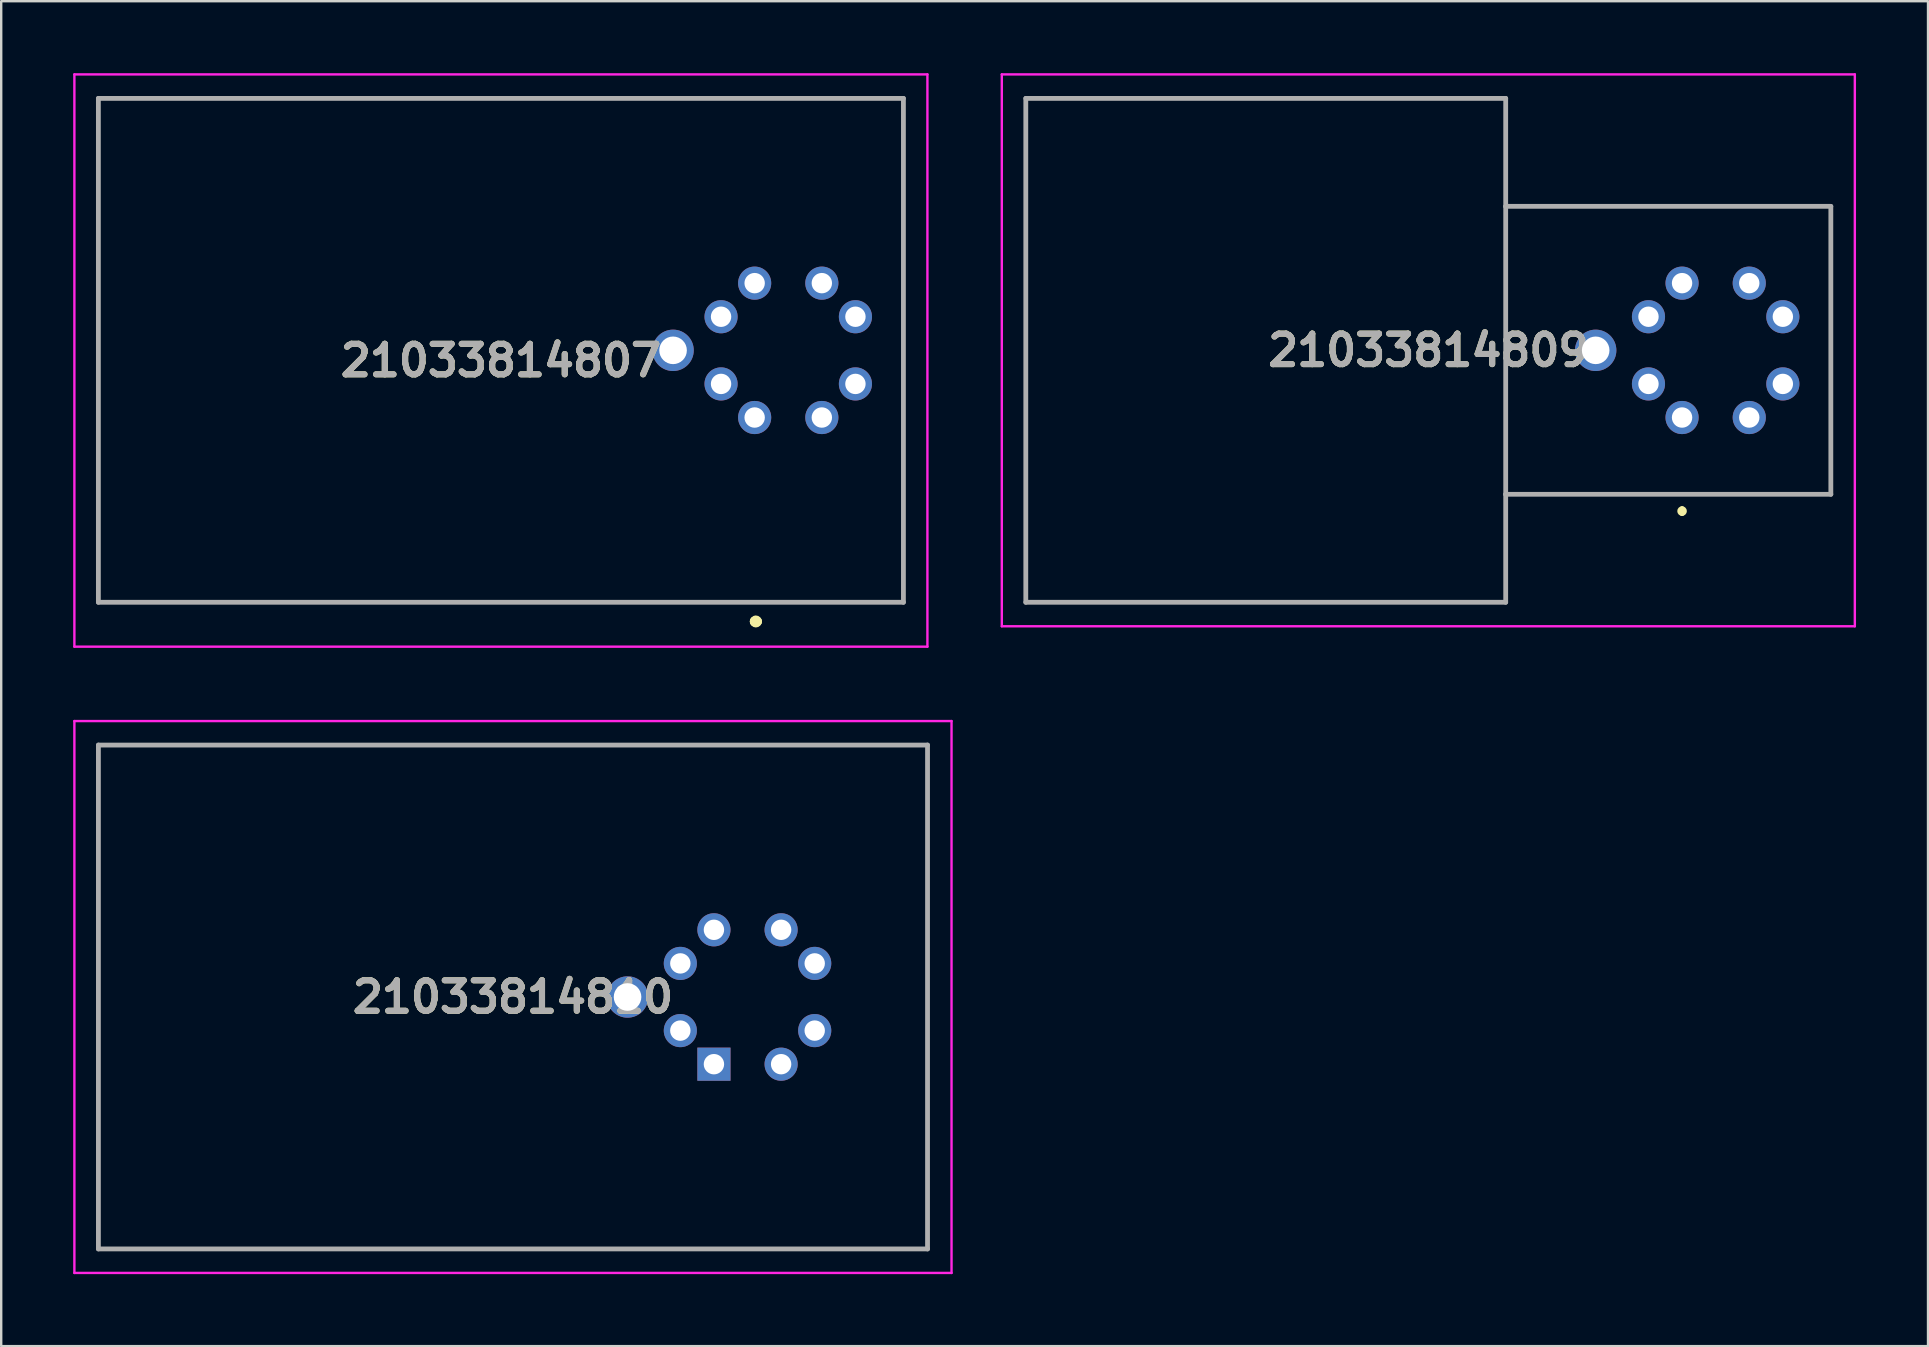
<source format=kicad_pcb>
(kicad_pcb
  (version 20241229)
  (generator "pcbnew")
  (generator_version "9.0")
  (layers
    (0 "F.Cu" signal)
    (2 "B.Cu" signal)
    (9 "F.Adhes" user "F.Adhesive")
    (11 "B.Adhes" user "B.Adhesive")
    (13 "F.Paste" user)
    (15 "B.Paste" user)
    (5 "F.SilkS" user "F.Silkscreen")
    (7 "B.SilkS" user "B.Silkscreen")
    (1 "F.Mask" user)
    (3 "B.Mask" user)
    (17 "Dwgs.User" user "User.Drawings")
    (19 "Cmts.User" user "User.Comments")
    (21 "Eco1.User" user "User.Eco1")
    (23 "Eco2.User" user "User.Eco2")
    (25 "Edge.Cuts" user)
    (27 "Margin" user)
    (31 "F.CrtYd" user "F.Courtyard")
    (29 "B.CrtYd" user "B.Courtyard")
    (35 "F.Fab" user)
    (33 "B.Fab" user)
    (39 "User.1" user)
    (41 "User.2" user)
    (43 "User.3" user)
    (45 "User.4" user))
  (footprint "21033814810"
    (layer "F.Cu")
    (at 26.703 41.3)
    (property "Reference" "21033814810" (at -8.375 -2.8 0) (layer "F.SilkS") (effects (font (size 1.27 1.27) (thickness 0.254))))
    (attr through_hole)
    (fp_line (start -25.652 -13.3) (end 8.9 -13.3) (stroke (width 0.1) (type solid)) (layer "F.SilkS"))
    (fp_line (start -25.652 7.7) (end -25.652 -13.3) (stroke (width 0.1) (type solid)) (layer "F.SilkS"))
    (fp_line (start 8.9 -13.3) (end 8.9 7.7) (stroke (width 0.1) (type solid)) (layer "F.SilkS"))
    (fp_line (start 8.9 7.7) (end -25.652 7.7) (stroke (width 0.1) (type solid)) (layer "F.SilkS"))
    (fp_line (start -26.653 -14.3) (end 9.902 -14.3) (stroke (width 0.1) (type solid)) (layer "F.CrtYd"))
    (fp_line (start -26.653 8.7) (end -26.653 -14.3) (stroke (width 0.1) (type solid)) (layer "F.CrtYd"))
    (fp_line (start 9.902 -14.3) (end 9.902 8.7) (stroke (width 0.1) (type solid)) (layer "F.CrtYd"))
    (fp_line (start 9.902 8.7) (end -26.653 8.7) (stroke (width 0.1) (type solid)) (layer "F.CrtYd"))
    (fp_line (start -25.652 -13.3) (end -25.652 7.7) (stroke (width 0.2) (type solid)) (layer "F.Fab"))
    (fp_line (start -25.652 7.7) (end 8.902 7.7) (stroke (width 0.2) (type solid)) (layer "F.Fab"))
    (fp_line (start 8.902 -13.3) (end -25.652 -13.3) (stroke (width 0.2) (type solid)) (layer "F.Fab"))
    (fp_line (start 8.902 7.7) (end 8.902 -13.3) (stroke (width 0.2) (type solid)) (layer "F.Fab"))
    (fp_text user "${REFERENCE}" (at -8.375 -2.8 0) (layer "F.Fab") (effects (font (size 1.27 1.27) (thickness 0.254))))
    (pad "" np_thru_hole circle (at -3.4 -5.8) (size 0.001 0.001) (drill 1.75) (layers "*.Cu" "*.Mask"))
    (pad "" np_thru_hole circle (at -3.4 0.2) (size 0.001 0.001) (drill 1.75) (layers "*.Cu" "*.Mask"))
    (pad "1" thru_hole rect (at 0 0) (size 1.381 1.381) (drill 0.85) (layers "*.Cu" "*.Mask"))
    (pad "2" thru_hole circle (at -1.4 -1.4) (size 1.381 1.381) (drill 0.85) (layers "*.Cu" "*.Mask"))
    (pad "3" thru_hole circle (at -1.4 -4.2) (size 1.381 1.381) (drill 0.85) (layers "*.Cu" "*.Mask"))
    (pad "4" thru_hole circle (at 0 -5.6) (size 1.381 1.381) (drill 0.85) (layers "*.Cu" "*.Mask"))
    (pad "5" thru_hole circle (at 2.8 -5.6) (size 1.381 1.381) (drill 0.85) (layers "*.Cu" "*.Mask"))
    (pad "6" thru_hole circle (at 4.2 -4.2) (size 1.381 1.381) (drill 0.85) (layers "*.Cu" "*.Mask"))
    (pad "7" thru_hole circle (at 4.2 -1.4) (size 1.381 1.381) (drill 0.85) (layers "*.Cu" "*.Mask"))
    (pad "8" thru_hole circle (at 2.8 0) (size 1.381 1.381) (drill 0.85) (layers "*.Cu" "*.Mask"))
    (pad "MH1" thru_hole circle (at -3.6 -2.8) (size 1.725 1.725) (drill 1.15) (layers "*.Cu" "*.Mask")))
  (footprint "21033814807"
    (layer "F.Cu")
    (at 28.4 14.35)
    (property "Reference" "21033814807" (at -10.575 -2.375 0) (layer "F.SilkS") (effects (font (size 1.27 1.27) (thickness 0.254))))
    (attr through_hole)
    (fp_line (start -27.35 -13.3) (end 6.2 -13.3) (stroke (width 0.1) (type solid)) (layer "F.SilkS"))
    (fp_line (start -27.35 7.7) (end -27.35 -13.3) (stroke (width 0.1) (type solid)) (layer "F.SilkS"))
    (fp_line (start 0 8.5) (end 0 8.5) (stroke (width 0.4) (type solid)) (layer "F.SilkS"))
    (fp_line (start 0.1 8.5) (end 0.1 8.5) (stroke (width 0.4) (type solid)) (layer "F.SilkS"))
    (fp_line (start 6.2 -13.3) (end 6.2 7.7) (stroke (width 0.1) (type solid)) (layer "F.SilkS"))
    (fp_line (start 6.2 7.7) (end -27.35 7.7) (stroke (width 0.1) (type solid)) (layer "F.SilkS"))
    (fp_arc (start 0 8.5) (mid 0.05 8.45) (end 0.1 8.5) (stroke (width 0.4) (type solid)) (layer "F.SilkS"))
    (fp_arc (start 0.1 8.5) (mid 0.05 8.55) (end 0 8.5) (stroke (width 0.4) (type solid)) (layer "F.SilkS"))
    (fp_line (start -28.35 -14.3) (end 7.2 -14.3) (stroke (width 0.1) (type solid)) (layer "F.CrtYd"))
    (fp_line (start -28.35 9.55) (end -28.35 -14.3) (stroke (width 0.1) (type solid)) (layer "F.CrtYd"))
    (fp_line (start 7.2 -14.3) (end 7.2 9.55) (stroke (width 0.1) (type solid)) (layer "F.CrtYd"))
    (fp_line (start 7.2 9.55) (end -28.35 9.55) (stroke (width 0.1) (type solid)) (layer "F.CrtYd"))
    (fp_line (start -27.35 -13.3) (end 6.2 -13.3) (stroke (width 0.2) (type solid)) (layer "F.Fab"))
    (fp_line (start -27.35 7.7) (end -27.35 -13.3) (stroke (width 0.2) (type solid)) (layer "F.Fab"))
    (fp_line (start 6.2 -13.3) (end 6.2 7.7) (stroke (width 0.2) (type solid)) (layer "F.Fab"))
    (fp_line (start 6.2 7.7) (end -27.35 7.7) (stroke (width 0.2) (type solid)) (layer "F.Fab"))
    (fp_text user "${REFERENCE}" (at -10.575 -2.375 0) (layer "F.Fab") (effects (font (size 1.27 1.27) (thickness 0.254))))
    (pad "" np_thru_hole circle (at -3.4 -5.8) (size 0.001 0.001) (drill 1.75) (layers "*.Cu" "*.Mask"))
    (pad "" np_thru_hole circle (at -3.4 0.2) (size 0.001 0.001) (drill 1.75) (layers "*.Cu" "*.Mask"))
    (pad "1" thru_hole circle (at 0 0) (size 1.381 1.381) (drill 0.85) (layers "*.Cu" "*.Mask"))
    (pad "2" thru_hole circle (at -1.4 -1.4) (size 1.381 1.381) (drill 0.85) (layers "*.Cu" "*.Mask"))
    (pad "3" thru_hole circle (at -1.4 -4.2) (size 1.381 1.381) (drill 0.85) (layers "*.Cu" "*.Mask"))
    (pad "4" thru_hole circle (at 0 -5.6) (size 1.381 1.381) (drill 0.85) (layers "*.Cu" "*.Mask"))
    (pad "5" thru_hole circle (at 2.8 -5.6) (size 1.381 1.381) (drill 0.85) (layers "*.Cu" "*.Mask"))
    (pad "6" thru_hole circle (at 4.2 -4.2) (size 1.381 1.381) (drill 0.85) (layers "*.Cu" "*.Mask"))
    (pad "7" thru_hole circle (at 4.2 -1.4) (size 1.381 1.381) (drill 0.85) (layers "*.Cu" "*.Mask"))
    (pad "8" thru_hole circle (at 2.8 0) (size 1.381 1.381) (drill 0.85) (layers "*.Cu" "*.Mask"))
    (pad "MH3" thru_hole circle (at -3.4 -2.8) (size 1.725 1.725) (drill 1.15) (layers "*.Cu" "*.Mask")))
  (footprint "21033814809"
    (layer "F.Cu")
    (at 67.05 14.35)
    (property "Reference" "21033814809" (at -10.575 -2.8 0) (layer "F.SilkS") (effects (font (size 1.27 1.27) (thickness 0.254))))
    (attr through_hole)
    (fp_line (start -27.35 -13.3) (end -27.35 7.7) (stroke (width 0.1) (type solid)) (layer "F.SilkS"))
    (fp_line (start -27.35 7.7) (end -7.35 7.7) (stroke (width 0.1) (type solid)) (layer "F.SilkS"))
    (fp_line (start -7.35 -13.3) (end -27.35 -13.3) (stroke (width 0.1) (type solid)) (layer "F.SilkS"))
    (fp_line (start -7.35 -8.8) (end -7.35 -13.3) (stroke (width 0.1) (type solid)) (layer "F.SilkS"))
    (fp_line (start -7.35 -8.8) (end 6.2 -8.8) (stroke (width 0.1) (type solid)) (layer "F.SilkS"))
    (fp_line (start -7.35 3.2) (end -7.35 -8.8) (stroke (width 0.1) (type solid)) (layer "F.SilkS"))
    (fp_line (start -7.35 7.7) (end -7.35 3.2) (stroke (width 0.1) (type solid)) (layer "F.SilkS"))
    (fp_line (start 0 3.8) (end 0 3.8) (stroke (width 0.2) (type solid)) (layer "F.SilkS"))
    (fp_line (start 0 4) (end 0 4) (stroke (width 0.2) (type solid)) (layer "F.SilkS"))
    (fp_line (start 6.2 -8.8) (end 6.2 3.2) (stroke (width 0.1) (type solid)) (layer "F.SilkS"))
    (fp_line (start 6.2 3.2) (end -7.35 3.2) (stroke (width 0.1) (type solid)) (layer "F.SilkS"))
    (fp_arc (start 0 3.8) (mid 0.1 3.9) (end 0 4) (stroke (width 0.2) (type solid)) (layer "F.SilkS"))
    (fp_arc (start 0 4) (mid -0.1 3.9) (end 0 3.8) (stroke (width 0.2) (type solid)) (layer "F.SilkS"))
    (fp_line (start -28.35 -14.3) (end 7.2 -14.3) (stroke (width 0.1) (type solid)) (layer "F.CrtYd"))
    (fp_line (start -28.35 8.7) (end -28.35 -14.3) (stroke (width 0.1) (type solid)) (layer "F.CrtYd"))
    (fp_line (start 7.2 -14.3) (end 7.2 8.7) (stroke (width 0.1) (type solid)) (layer "F.CrtYd"))
    (fp_line (start 7.2 8.7) (end -28.35 8.7) (stroke (width 0.1) (type solid)) (layer "F.CrtYd"))
    (fp_line (start -27.35 -13.3) (end -27.35 7.7) (stroke (width 0.2) (type solid)) (layer "F.Fab"))
    (fp_line (start -27.35 7.7) (end -7.35 7.7) (stroke (width 0.2) (type solid)) (layer "F.Fab"))
    (fp_line (start -7.35 -13.3) (end -27.35 -13.3) (stroke (width 0.2) (type solid)) (layer "F.Fab"))
    (fp_line (start -7.35 -8.8) (end -7.35 -13.3) (stroke (width 0.2) (type solid)) (layer "F.Fab"))
    (fp_line (start -7.35 -8.8) (end 6.2 -8.8) (stroke (width 0.2) (type solid)) (layer "F.Fab"))
    (fp_line (start -7.35 3.2) (end -7.35 -8.8) (stroke (width 0.2) (type solid)) (layer "F.Fab"))
    (fp_line (start -7.35 7.7) (end -7.35 3.2) (stroke (width 0.2) (type solid)) (layer "F.Fab"))
    (fp_line (start 6.2 -8.8) (end 6.2 3.2) (stroke (width 0.2) (type solid)) (layer "F.Fab"))
    (fp_line (start 6.2 3.2) (end -7.35 3.2) (stroke (width 0.2) (type solid)) (layer "F.Fab"))
    (fp_text user "${REFERENCE}" (at -10.575 -2.8 0) (layer "F.Fab") (effects (font (size 1.27 1.27) (thickness 0.254))))
    (pad "" np_thru_hole circle (at -3.4 -5.8) (size 0.001 0.001) (drill 1.75) (layers "*.Cu" "*.Mask"))
    (pad "" np_thru_hole circle (at -3.4 0.2) (size 0.001 0.001) (drill 1.75) (layers "*.Cu" "*.Mask"))
    (pad "1" thru_hole circle (at 0 0) (size 1.381 1.381) (drill 0.85) (layers "*.Cu" "*.Mask"))
    (pad "2" thru_hole circle (at -1.4 -1.4) (size 1.381 1.381) (drill 0.85) (layers "*.Cu" "*.Mask"))
    (pad "3" thru_hole circle (at -1.4 -4.2) (size 1.381 1.381) (drill 0.85) (layers "*.Cu" "*.Mask"))
    (pad "4" thru_hole circle (at 0 -5.6) (size 1.381 1.381) (drill 0.85) (layers "*.Cu" "*.Mask"))
    (pad "5" thru_hole circle (at 2.8 -5.6) (size 1.381 1.381) (drill 0.85) (layers "*.Cu" "*.Mask"))
    (pad "6" thru_hole circle (at 4.2 -4.2) (size 1.381 1.381) (drill 0.85) (layers "*.Cu" "*.Mask"))
    (pad "7" thru_hole circle (at 4.2 -1.4) (size 1.381 1.381) (drill 0.85) (layers "*.Cu" "*.Mask"))
    (pad "8" thru_hole circle (at 2.8 0) (size 1.381 1.381) (drill 0.85) (layers "*.Cu" "*.Mask"))
    (pad "MH1" thru_hole circle (at -3.6 -2.8) (size 1.725 1.725) (drill 1.15) (layers "*.Cu" "*.Mask")))
  (gr_rect
    (start -3 -3)
    (end 77.3 53.05)
    (stroke (width 0.1) (type default))
    (fill no)
    (layer "Edge.Cuts")))
</source>
